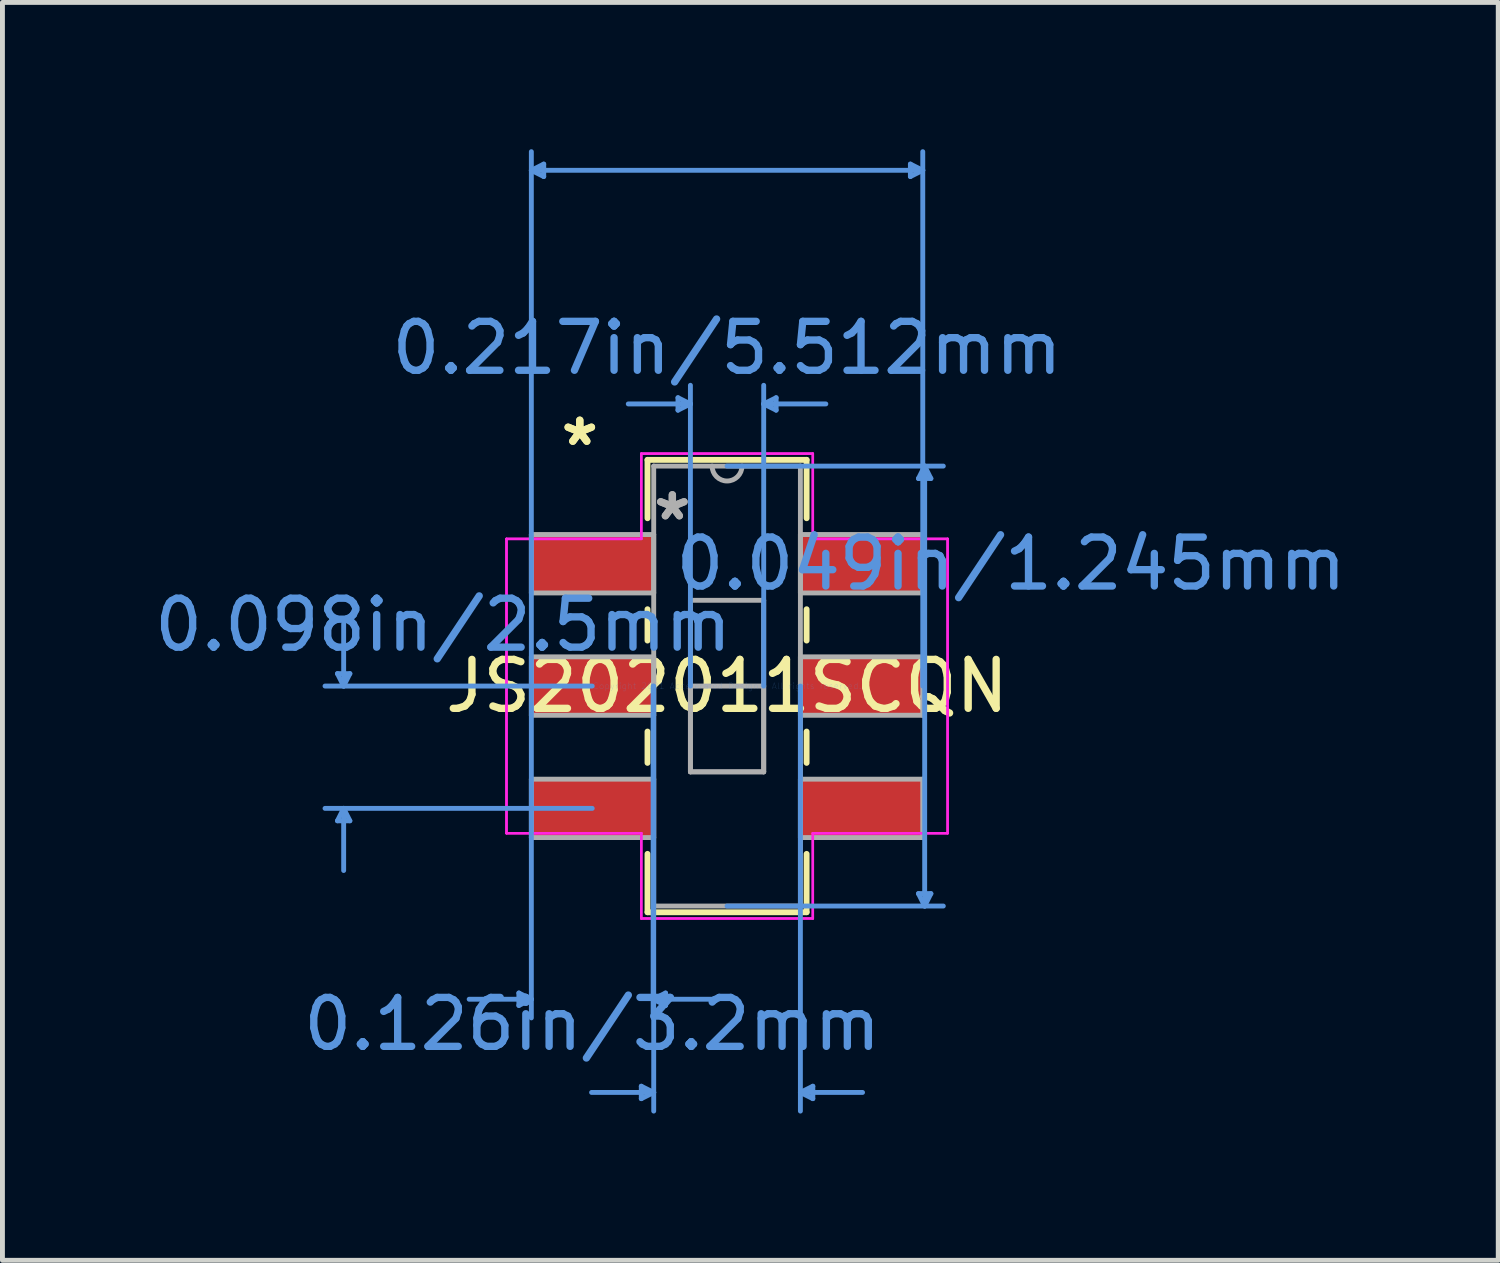
<source format=kicad_pcb>
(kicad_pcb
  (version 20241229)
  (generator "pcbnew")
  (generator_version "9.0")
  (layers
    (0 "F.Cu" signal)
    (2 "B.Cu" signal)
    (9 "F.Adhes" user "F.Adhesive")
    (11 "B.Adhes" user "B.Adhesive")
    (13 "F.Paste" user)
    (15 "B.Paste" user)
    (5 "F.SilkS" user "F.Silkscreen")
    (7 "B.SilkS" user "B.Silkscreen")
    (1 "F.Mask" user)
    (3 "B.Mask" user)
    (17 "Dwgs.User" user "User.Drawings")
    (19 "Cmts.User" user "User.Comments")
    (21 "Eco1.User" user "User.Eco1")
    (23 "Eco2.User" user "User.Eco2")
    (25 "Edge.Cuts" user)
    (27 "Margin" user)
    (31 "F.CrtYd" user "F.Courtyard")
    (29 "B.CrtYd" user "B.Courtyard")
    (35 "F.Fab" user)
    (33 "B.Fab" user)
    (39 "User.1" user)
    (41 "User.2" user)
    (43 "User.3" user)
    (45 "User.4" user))
  (footprint "JS202011SCQN"
    (layer "F.Cu")
    (at 11.81 10.972)
    (property "Reference" "JS202011SCQN" (at 0 0 0) (layer "F.SilkS") (effects (font (size 1 1) (thickness 0.15))))
    (attr through_hole)
    (fp_line (start -1.626 -4.623) (end -1.626 -3.43) (stroke (width 0.12) (type solid)) (layer "F.SilkS"))
    (fp_line (start -1.626 -1.57) (end -1.626 -0.93) (stroke (width 0.12) (type solid)) (layer "F.SilkS"))
    (fp_line (start -1.626 0.93) (end -1.626 1.57) (stroke (width 0.12) (type solid)) (layer "F.SilkS"))
    (fp_line (start -1.626 3.43) (end -1.626 4.623) (stroke (width 0.12) (type solid)) (layer "F.SilkS"))
    (fp_line (start -1.626 4.623) (end 1.626 4.623) (stroke (width 0.12) (type solid)) (layer "F.SilkS"))
    (fp_line (start 1.626 -4.623) (end -1.626 -4.623) (stroke (width 0.12) (type solid)) (layer "F.SilkS"))
    (fp_line (start 1.626 -3.43) (end 1.626 -4.623) (stroke (width 0.12) (type solid)) (layer "F.SilkS"))
    (fp_line (start 1.626 -0.93) (end 1.626 -1.57) (stroke (width 0.12) (type solid)) (layer "F.SilkS"))
    (fp_line (start 1.626 1.57) (end 1.626 0.93) (stroke (width 0.12) (type solid)) (layer "F.SilkS"))
    (fp_line (start 1.626 4.623) (end 1.626 3.43) (stroke (width 0.12) (type solid)) (layer "F.SilkS"))
    (fp_line (start -7.963 -0.254) (end -7.709 -0.254) (stroke (width 0.1) (type solid)) (layer "Cmts.User"))
    (fp_line (start -7.963 2.754) (end -7.709 2.754) (stroke (width 0.1) (type solid)) (layer "Cmts.User"))
    (fp_line (start -7.836 0) (end -7.963 -0.254) (stroke (width 0.1) (type solid)) (layer "Cmts.User"))
    (fp_line (start -7.836 0) (end -7.836 -1.27) (stroke (width 0.1) (type solid)) (layer "Cmts.User"))
    (fp_line (start -7.836 0) (end -7.709 -0.254) (stroke (width 0.1) (type solid)) (layer "Cmts.User"))
    (fp_line (start -7.836 2.5) (end -7.963 2.754) (stroke (width 0.1) (type solid)) (layer "Cmts.User"))
    (fp_line (start -7.836 2.5) (end -7.836 3.77) (stroke (width 0.1) (type solid)) (layer "Cmts.User"))
    (fp_line (start -7.836 2.5) (end -7.709 2.754) (stroke (width 0.1) (type solid)) (layer "Cmts.User"))
    (fp_line (start -4.255 6.274) (end -4.255 6.528) (stroke (width 0.1) (type solid)) (layer "Cmts.User"))
    (fp_line (start -4 -10.541) (end -3.747 -10.668) (stroke (width 0.1) (type solid)) (layer "Cmts.User"))
    (fp_line (start -4 -10.541) (end -3.747 -10.414) (stroke (width 0.1) (type solid)) (layer "Cmts.User"))
    (fp_line (start -4 -10.541) (end 4 -10.541) (stroke (width 0.1) (type solid)) (layer "Cmts.User"))
    (fp_line (start -4 0) (end -4 -10.922) (stroke (width 0.1) (type solid)) (layer "Cmts.User"))
    (fp_line (start -4 0) (end -4 6.782) (stroke (width 0.1) (type solid)) (layer "Cmts.User"))
    (fp_line (start -4 6.401) (end -5.271 6.401) (stroke (width 0.1) (type solid)) (layer "Cmts.User"))
    (fp_line (start -4 6.401) (end -4.255 6.274) (stroke (width 0.1) (type solid)) (layer "Cmts.User"))
    (fp_line (start -4 6.401) (end -4.255 6.528) (stroke (width 0.1) (type solid)) (layer "Cmts.User"))
    (fp_line (start -3.747 -10.668) (end -3.747 -10.414) (stroke (width 0.1) (type solid)) (layer "Cmts.User"))
    (fp_line (start -2.756 0) (end -8.217 0) (stroke (width 0.1) (type solid)) (layer "Cmts.User"))
    (fp_line (start -2.756 2.5) (end -8.217 2.5) (stroke (width 0.1) (type solid)) (layer "Cmts.User"))
    (fp_line (start -1.753 8.179) (end -1.753 8.433) (stroke (width 0.1) (type solid)) (layer "Cmts.User"))
    (fp_line (start -1.511 0) (end -1.511 6.782) (stroke (width 0.1) (type solid)) (layer "Cmts.User"))
    (fp_line (start -1.511 6.401) (end -1.257 6.274) (stroke (width 0.1) (type solid)) (layer "Cmts.User"))
    (fp_line (start -1.511 6.401) (end -1.257 6.528) (stroke (width 0.1) (type solid)) (layer "Cmts.User"))
    (fp_line (start -1.511 6.401) (end -0.241 6.401) (stroke (width 0.1) (type solid)) (layer "Cmts.User"))
    (fp_line (start -1.499 0) (end -1.499 8.687) (stroke (width 0.1) (type solid)) (layer "Cmts.User"))
    (fp_line (start -1.499 8.306) (end -2.769 8.306) (stroke (width 0.1) (type solid)) (layer "Cmts.User"))
    (fp_line (start -1.499 8.306) (end -1.753 8.179) (stroke (width 0.1) (type solid)) (layer "Cmts.User"))
    (fp_line (start -1.499 8.306) (end -1.753 8.433) (stroke (width 0.1) (type solid)) (layer "Cmts.User"))
    (fp_line (start -1.257 6.274) (end -1.257 6.528) (stroke (width 0.1) (type solid)) (layer "Cmts.User"))
    (fp_line (start -1.003 -5.893) (end -1.003 -5.639) (stroke (width 0.1) (type solid)) (layer "Cmts.User"))
    (fp_line (start -0.749 -5.766) (end -2.019 -5.766) (stroke (width 0.1) (type solid)) (layer "Cmts.User"))
    (fp_line (start -0.749 -5.766) (end -1.003 -5.893) (stroke (width 0.1) (type solid)) (layer "Cmts.User"))
    (fp_line (start -0.749 -5.766) (end -1.003 -5.639) (stroke (width 0.1) (type solid)) (layer "Cmts.User"))
    (fp_line (start -0.749 0) (end -0.749 -6.147) (stroke (width 0.1) (type solid)) (layer "Cmts.User"))
    (fp_line (start 0 -4.496) (end 4.42 -4.496) (stroke (width 0.1) (type solid)) (layer "Cmts.User"))
    (fp_line (start 0 4.496) (end 4.42 4.496) (stroke (width 0.1) (type solid)) (layer "Cmts.User"))
    (fp_line (start 0.749 -5.766) (end 1.003 -5.893) (stroke (width 0.1) (type solid)) (layer "Cmts.User"))
    (fp_line (start 0.749 -5.766) (end 1.003 -5.639) (stroke (width 0.1) (type solid)) (layer "Cmts.User"))
    (fp_line (start 0.749 -5.766) (end 2.019 -5.766) (stroke (width 0.1) (type solid)) (layer "Cmts.User"))
    (fp_line (start 0.749 0) (end 0.749 -6.147) (stroke (width 0.1) (type solid)) (layer "Cmts.User"))
    (fp_line (start 1.003 -5.893) (end 1.003 -5.639) (stroke (width 0.1) (type solid)) (layer "Cmts.User"))
    (fp_line (start 1.499 0) (end 1.499 8.687) (stroke (width 0.1) (type solid)) (layer "Cmts.User"))
    (fp_line (start 1.499 8.306) (end 1.753 8.179) (stroke (width 0.1) (type solid)) (layer "Cmts.User"))
    (fp_line (start 1.499 8.306) (end 1.753 8.433) (stroke (width 0.1) (type solid)) (layer "Cmts.User"))
    (fp_line (start 1.499 8.306) (end 2.769 8.306) (stroke (width 0.1) (type solid)) (layer "Cmts.User"))
    (fp_line (start 1.753 8.179) (end 1.753 8.433) (stroke (width 0.1) (type solid)) (layer "Cmts.User"))
    (fp_line (start 3.747 -10.668) (end 3.747 -10.414) (stroke (width 0.1) (type solid)) (layer "Cmts.User"))
    (fp_line (start 3.912 -4.242) (end 4.166 -4.242) (stroke (width 0.1) (type solid)) (layer "Cmts.User"))
    (fp_line (start 3.912 4.242) (end 4.166 4.242) (stroke (width 0.1) (type solid)) (layer "Cmts.User"))
    (fp_line (start 4 -10.541) (end 3.747 -10.668) (stroke (width 0.1) (type solid)) (layer "Cmts.User"))
    (fp_line (start 4 -10.541) (end 3.747 -10.414) (stroke (width 0.1) (type solid)) (layer "Cmts.User"))
    (fp_line (start 4 0) (end 4 -10.922) (stroke (width 0.1) (type solid)) (layer "Cmts.User"))
    (fp_line (start 4.039 -4.496) (end 3.912 -4.242) (stroke (width 0.1) (type solid)) (layer "Cmts.User"))
    (fp_line (start 4.039 -4.496) (end 4.039 4.496) (stroke (width 0.1) (type solid)) (layer "Cmts.User"))
    (fp_line (start 4.039 -4.496) (end 4.166 -4.242) (stroke (width 0.1) (type solid)) (layer "Cmts.User"))
    (fp_line (start 4.039 4.496) (end 3.912 4.242) (stroke (width 0.1) (type solid)) (layer "Cmts.User"))
    (fp_line (start 4.039 4.496) (end 4.166 4.242) (stroke (width 0.1) (type solid)) (layer "Cmts.User"))
    (fp_line (start -4.508 -3.008) (end -1.753 -3.008) (stroke (width 0.05) (type solid)) (layer "F.CrtYd"))
    (fp_line (start -4.508 -3.008) (end -1.753 -3.008) (stroke (width 0.05) (type solid)) (layer "F.CrtYd"))
    (fp_line (start -4.508 3.008) (end -4.508 -3.008) (stroke (width 0.05) (type solid)) (layer "F.CrtYd"))
    (fp_line (start -4.508 3.008) (end -4.508 -3.008) (stroke (width 0.05) (type solid)) (layer "F.CrtYd"))
    (fp_line (start -1.753 -4.75) (end 1.753 -4.75) (stroke (width 0.05) (type solid)) (layer "F.CrtYd"))
    (fp_line (start -1.753 -4.75) (end 1.753 -4.75) (stroke (width 0.05) (type solid)) (layer "F.CrtYd"))
    (fp_line (start -1.753 -3.008) (end -1.753 -4.75) (stroke (width 0.05) (type solid)) (layer "F.CrtYd"))
    (fp_line (start -1.753 -3.008) (end -1.753 -4.75) (stroke (width 0.05) (type solid)) (layer "F.CrtYd"))
    (fp_line (start -1.753 3.008) (end -4.508 3.008) (stroke (width 0.05) (type solid)) (layer "F.CrtYd"))
    (fp_line (start -1.753 3.008) (end -4.508 3.008) (stroke (width 0.05) (type solid)) (layer "F.CrtYd"))
    (fp_line (start -1.753 4.75) (end -1.753 3.008) (stroke (width 0.05) (type solid)) (layer "F.CrtYd"))
    (fp_line (start -1.753 4.75) (end -1.753 3.008) (stroke (width 0.05) (type solid)) (layer "F.CrtYd"))
    (fp_line (start 1.753 -4.75) (end 1.753 -3.008) (stroke (width 0.05) (type solid)) (layer "F.CrtYd"))
    (fp_line (start 1.753 -4.75) (end 1.753 -3.008) (stroke (width 0.05) (type solid)) (layer "F.CrtYd"))
    (fp_line (start 1.753 -3.008) (end 4.508 -3.008) (stroke (width 0.05) (type solid)) (layer "F.CrtYd"))
    (fp_line (start 1.753 -3.008) (end 4.508 -3.008) (stroke (width 0.05) (type solid)) (layer "F.CrtYd"))
    (fp_line (start 1.753 3.008) (end 1.753 4.75) (stroke (width 0.05) (type solid)) (layer "F.CrtYd"))
    (fp_line (start 1.753 3.008) (end 1.753 4.75) (stroke (width 0.05) (type solid)) (layer "F.CrtYd"))
    (fp_line (start 1.753 4.75) (end -1.753 4.75) (stroke (width 0.05) (type solid)) (layer "F.CrtYd"))
    (fp_line (start 1.753 4.75) (end -1.753 4.75) (stroke (width 0.05) (type solid)) (layer "F.CrtYd"))
    (fp_line (start 4.508 -3.008) (end 4.508 3.008) (stroke (width 0.05) (type solid)) (layer "F.CrtYd"))
    (fp_line (start 4.508 -3.008) (end 4.508 3.008) (stroke (width 0.05) (type solid)) (layer "F.CrtYd"))
    (fp_line (start 4.508 3.008) (end 1.753 3.008) (stroke (width 0.05) (type solid)) (layer "F.CrtYd"))
    (fp_line (start 4.508 3.008) (end 1.753 3.008) (stroke (width 0.05) (type solid)) (layer "F.CrtYd"))
    (fp_line (start -4 -3.097) (end -4 -1.903) (stroke (width 0.1) (type solid)) (layer "F.Fab"))
    (fp_line (start -4 -1.903) (end -1.499 -1.903) (stroke (width 0.1) (type solid)) (layer "F.Fab"))
    (fp_line (start -4 -0.597) (end -4 0.597) (stroke (width 0.1) (type solid)) (layer "F.Fab"))
    (fp_line (start -4 0.597) (end -1.499 0.597) (stroke (width 0.1) (type solid)) (layer "F.Fab"))
    (fp_line (start -4 1.903) (end -4 3.097) (stroke (width 0.1) (type solid)) (layer "F.Fab"))
    (fp_line (start -4 3.097) (end -1.499 3.097) (stroke (width 0.1) (type solid)) (layer "F.Fab"))
    (fp_line (start -1.499 -4.496) (end -1.499 4.496) (stroke (width 0.1) (type solid)) (layer "F.Fab"))
    (fp_line (start -1.499 -3.097) (end -4 -3.097) (stroke (width 0.1) (type solid)) (layer "F.Fab"))
    (fp_line (start -1.499 -1.903) (end -1.499 -3.097) (stroke (width 0.1) (type solid)) (layer "F.Fab"))
    (fp_line (start -1.499 -0.597) (end -4 -0.597) (stroke (width 0.1) (type solid)) (layer "F.Fab"))
    (fp_line (start -1.499 0.597) (end -1.499 -0.597) (stroke (width 0.1) (type solid)) (layer "F.Fab"))
    (fp_line (start -1.499 1.903) (end -4 1.903) (stroke (width 0.1) (type solid)) (layer "F.Fab"))
    (fp_line (start -1.499 3.097) (end -1.499 1.903) (stroke (width 0.1) (type solid)) (layer "F.Fab"))
    (fp_line (start -1.499 4.496) (end 1.499 4.496) (stroke (width 0.1) (type solid)) (layer "F.Fab"))
    (fp_line (start -0.749 -1.753) (end 0.749 -1.753) (stroke (width 0.1) (type solid)) (layer "F.Fab"))
    (fp_line (start -0.749 0) (end 0.749 0) (stroke (width 0.1) (type solid)) (layer "F.Fab"))
    (fp_line (start -0.749 1.753) (end -0.749 -1.753) (stroke (width 0.1) (type solid)) (layer "F.Fab"))
    (fp_line (start -0.749 1.753) (end -0.749 0) (stroke (width 0.1) (type solid)) (layer "F.Fab"))
    (fp_line (start 0.749 -1.753) (end 0.749 1.753) (stroke (width 0.1) (type solid)) (layer "F.Fab"))
    (fp_line (start 0.749 0) (end 0.749 1.753) (stroke (width 0.1) (type solid)) (layer "F.Fab"))
    (fp_line (start 0.749 1.753) (end -0.749 1.753) (stroke (width 0.1) (type solid)) (layer "F.Fab"))
    (fp_line (start 0.749 1.753) (end -0.749 1.753) (stroke (width 0.1) (type solid)) (layer "F.Fab"))
    (fp_line (start 1.499 -4.496) (end -1.499 -4.496) (stroke (width 0.1) (type solid)) (layer "F.Fab"))
    (fp_line (start 1.499 -3.097) (end 1.499 -1.903) (stroke (width 0.1) (type solid)) (layer "F.Fab"))
    (fp_line (start 1.499 -1.903) (end 4 -1.903) (stroke (width 0.1) (type solid)) (layer "F.Fab"))
    (fp_line (start 1.499 -0.597) (end 1.499 0.597) (stroke (width 0.1) (type solid)) (layer "F.Fab"))
    (fp_line (start 1.499 0.597) (end 4 0.597) (stroke (width 0.1) (type solid)) (layer "F.Fab"))
    (fp_line (start 1.499 1.903) (end 1.499 3.097) (stroke (width 0.1) (type solid)) (layer "F.Fab"))
    (fp_line (start 1.499 3.097) (end 4 3.097) (stroke (width 0.1) (type solid)) (layer "F.Fab"))
    (fp_line (start 1.499 4.496) (end 1.499 -4.496) (stroke (width 0.1) (type solid)) (layer "F.Fab"))
    (fp_line (start 4 -3.097) (end 1.499 -3.097) (stroke (width 0.1) (type solid)) (layer "F.Fab"))
    (fp_line (start 4 -1.903) (end 4 -3.097) (stroke (width 0.1) (type solid)) (layer "F.Fab"))
    (fp_line (start 4 -0.597) (end 1.499 -0.597) (stroke (width 0.1) (type solid)) (layer "F.Fab"))
    (fp_line (start 4 0.597) (end 4 -0.597) (stroke (width 0.1) (type solid)) (layer "F.Fab"))
    (fp_line (start 4 1.903) (end 1.499 1.903) (stroke (width 0.1) (type solid)) (layer "F.Fab"))
    (fp_line (start 4 3.097) (end 4 1.903) (stroke (width 0.1) (type solid)) (layer "F.Fab"))
    (fp_arc (start 0.3048 -4.4958) (mid 0 -4.191) (end -0.3048 -4.4958) (stroke (width 0.1) (type solid)) (layer "F.Fab"))
    (fp_text user "*" (at -3.01 -4.888 0) (layer "F.SilkS") (effects (font (size 1 1) (thickness 0.15))))
    (fp_text user "*" (at -3.01 -4.888 0) (layer "F.SilkS") (effects (font (size 1 1) (thickness 0.15))))
    (fp_text user "0.126in/3.2mm" (at -2.756 6.909 0) (layer "Cmts.User") (effects (font (size 1 1) (thickness 0.15))))
    (fp_text user "0.049in/1.245mm" (at 5.804 -2.5 0) (layer "Cmts.User") (effects (font (size 1 1) (thickness 0.15))))
    (fp_text user "Copyright 2021 Accelerated Designs. All rights reserved." (at 0 0 0) (layer "Cmts.User") (effects (font (size 0.127 0.127) (thickness 0.002))))
    (fp_text user "0.217in/5.512mm" (at 0 -6.909 0) (layer "Cmts.User") (effects (font (size 1 1) (thickness 0.15))))
    (fp_text user "0.098in/2.5mm" (at -5.804 -1.25 0) (layer "Cmts.User") (effects (font (size 1 1) (thickness 0.15))))
    (fp_text user "*" (at -1.118 -3.364 0) (layer "F.Fab") (effects (font (size 1 1) (thickness 0.15))))
    (fp_text user "*" (at -1.118 -3.364 0) (layer "F.Fab") (effects (font (size 1 1) (thickness 0.15))))
    (pad "1" smd rect (at -2.756 -2.5) (size 2.489 1.194) (layers "F.Cu" "F.Mask" "F.Paste"))
    (pad "2" smd rect (at -2.756 0) (size 2.489 1.194) (layers "F.Cu" "F.Mask" "F.Paste"))
    (pad "3" smd rect (at -2.756 2.5) (size 2.489 1.194) (layers "F.Cu" "F.Mask" "F.Paste"))
    (pad "4" smd rect (at 2.756 2.5) (size 2.489 1.194) (layers "F.Cu" "F.Mask" "F.Paste"))
    (pad "5" smd rect (at 2.756 0) (size 2.489 1.194) (layers "F.Cu" "F.Mask" "F.Paste"))
    (pad "6" smd rect (at 2.756 -2.5) (size 2.489 1.194) (layers "F.Cu" "F.Mask" "F.Paste")))
  (gr_rect
    (start -3 -3)
    (end 27.572 22.709)
    (stroke (width 0.1) (type default))
    (fill no)
    (layer "Edge.Cuts")))
</source>
